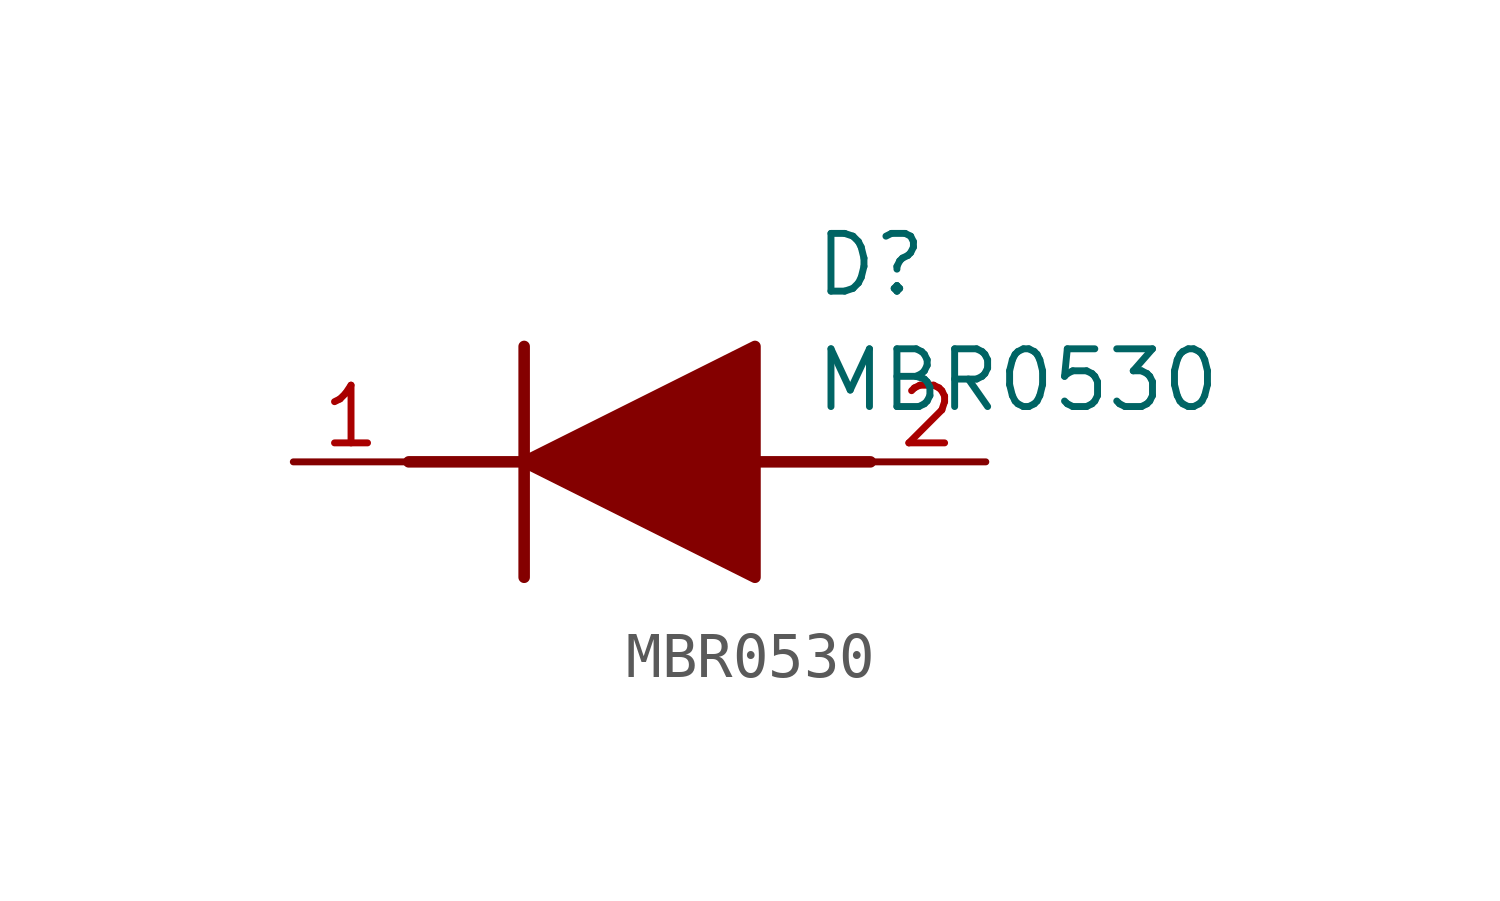
<source format=kicad_sym>
(kicad_symbol_lib
  (version 20211014)
  (generator SamacSys_ECAD_Model)
  (symbol "MBR0530"
    (pin_names hide)
    (property "Reference" "D"
      (at 11.43 5.08 0)
      (effects (font (size 1.27 1.27)) (justify left top)))
    (property "Value" "MBR0530"
      (at 11.43 2.54 0)
      (effects (font (size 1.27 1.27)) (justify left top)))
    (polyline
      (pts (xy 5.08 2.54) (xy 5.08 -2.54))
      (stroke (width 0.254) (type default))
      (fill (type none)))
    (polyline
      (pts (xy 2.54 0) (xy 5.08 0))
      (stroke (width 0.254) (type default))
      (fill (type none)))
    (polyline
      (pts (xy 10.16 0) (xy 12.7 0))
      (stroke (width 0.254) (type default))
      (fill (type none)))
    (polyline
      (pts (xy 5.08 0) (xy 10.16 2.54) (xy 10.16 -2.54) (xy 5.08 0))
      (stroke (width 0.254) (type default))
      (fill (type outline)))
    (pin passive line
      (at 0 0 0)
      (length 2.54)
      (name "K" (effects (font (size 1.27 1.27))))
      (number "1" (effects (font (size 1.27 1.27)))))
    (pin passive line
      (at 15.24 0 180)
      (length 2.54)
      (name "A" (effects (font (size 1.27 1.27))))
      (number "2" (effects (font (size 1.27 1.27)))))))
</source>
